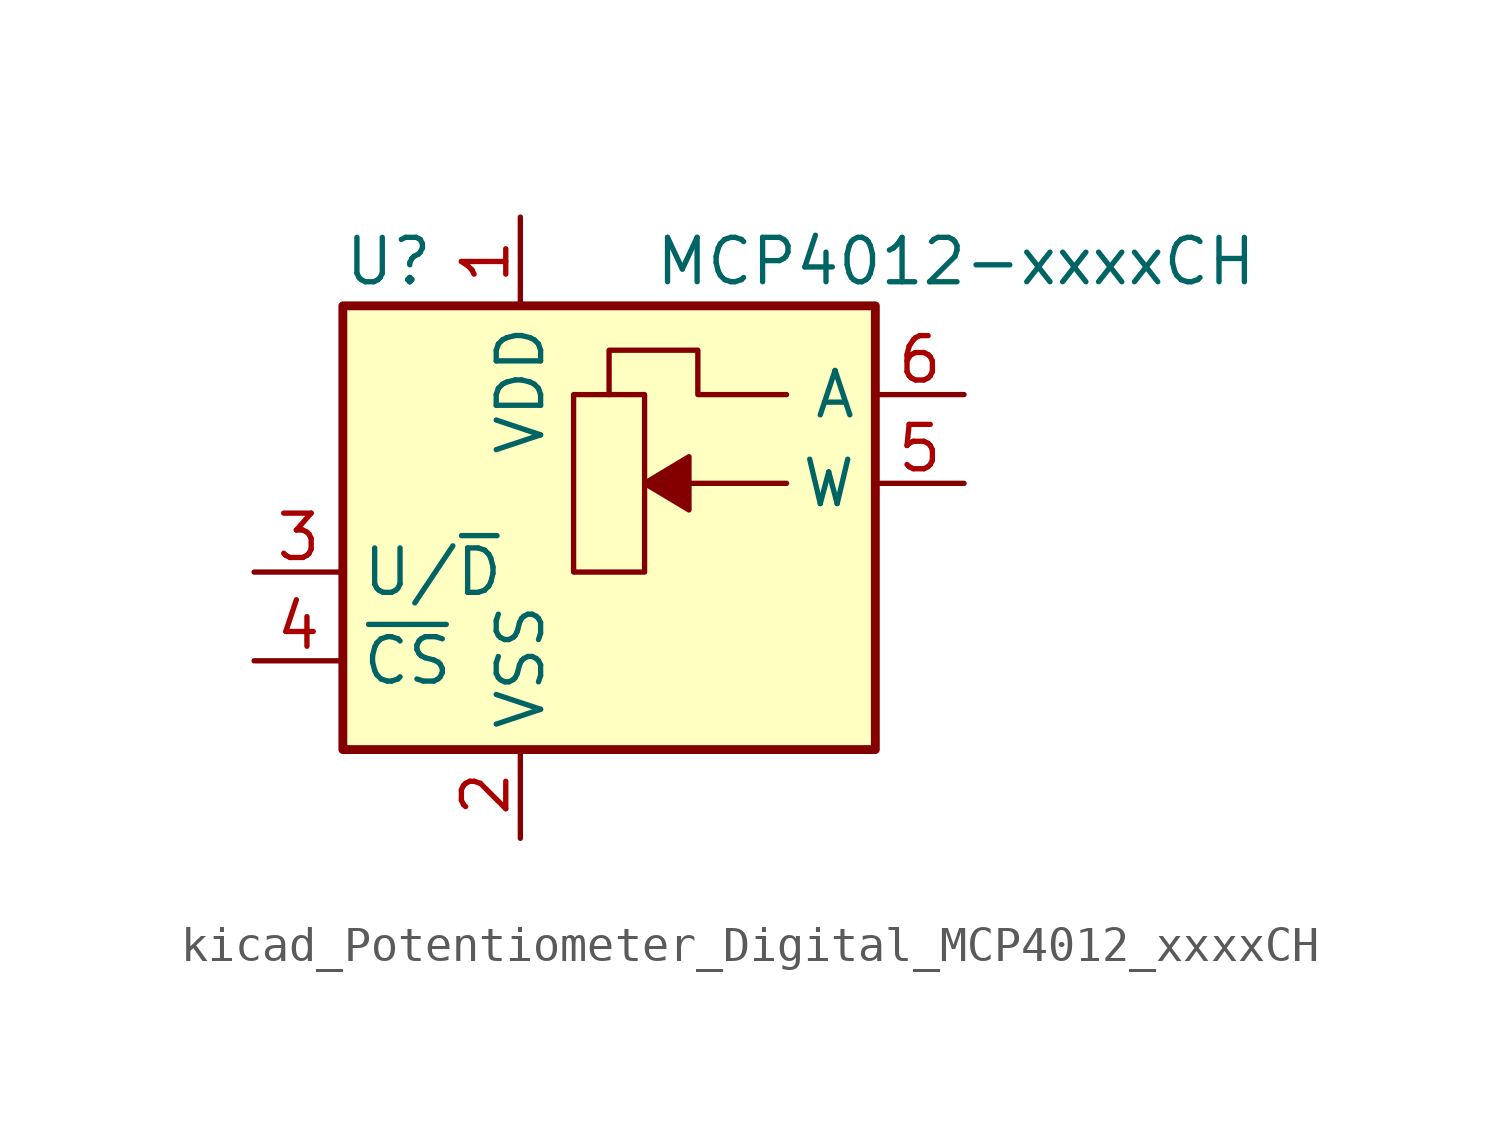
<source format=kicad_sym>
(kicad_symbol_lib
  (version 20220914)
  (generator kicad_symbol_editor)
  (symbol "kicad_Potentiometer_Digital_MCP4012_xxxxCH"
    (property "Reference" "U"
      (at -7.62 8.89 0)
      (effects (font (size 1.27 1.27)) (justify left)))
    (property "Value" "MCP4012-xxxxCH"
      (at 1.27 8.89 0)
      (effects (font (size 1.27 1.27)) (justify left)))
    (symbol "kicad_Potentiometer_Digital_MCP4012_xxxxCH_0_1"
      (polyline (pts (xy 5.08 2.54) (xy 3.81 2.54) (xy 1.27 2.54)) (stroke (width 0) (type default)) (fill (type none)))
      (polyline (pts (xy 2.286 1.778) (xy 2.286 3.302) (xy 1.016 2.54) (xy 2.286 1.778)) (stroke (width 0) (type default)) (fill (type outline)))
      (polyline (pts (xy 5.08 5.08) (xy 2.54 5.08) (xy 2.54 6.35) (xy 0 6.35) (xy 0 5.08)) (stroke (width 0) (type default)) (fill (type none)))
      (rectangle (start 1.016 0) (end -1.016 5.08) (stroke (width 0) (type default)) (fill (type none))))
    (symbol "kicad_Potentiometer_Digital_MCP4012_xxxxCH_1_1"
      (rectangle (start -7.62 7.62) (end 7.62 -5.08) (stroke (width 0.254) (type default)) (fill (type background)))
      (pin power_in line (at -2.54 10.16 270) (length 2.54) (name "VDD" (effects (font (size 1.27 1.27)))) (number "1" (effects (font (size 1.27 1.27)))))
      (pin power_in line (at -2.54 -7.62 90) (length 2.54) (name "VSS" (effects (font (size 1.27 1.27)))) (number "2" (effects (font (size 1.27 1.27)))))
      (pin input line (at -10.16 0 0) (length 2.54) (name "U/~{D}" (effects (font (size 1.27 1.27)))) (number "3" (effects (font (size 1.27 1.27)))))
      (pin input line (at -10.16 -2.54 0) (length 2.54) (name "~{CS}" (effects (font (size 1.27 1.27)))) (number "4" (effects (font (size 1.27 1.27)))))
      (pin passive line (at 10.16 2.54 180) (length 2.54) (name "W" (effects (font (size 1.27 1.27)))) (number "5" (effects (font (size 1.27 1.27)))))
      (pin passive line (at 10.16 5.08 180) (length 2.54) (name "A" (effects (font (size 1.27 1.27)))) (number "6" (effects (font (size 1.27 1.27))))))))
</source>
